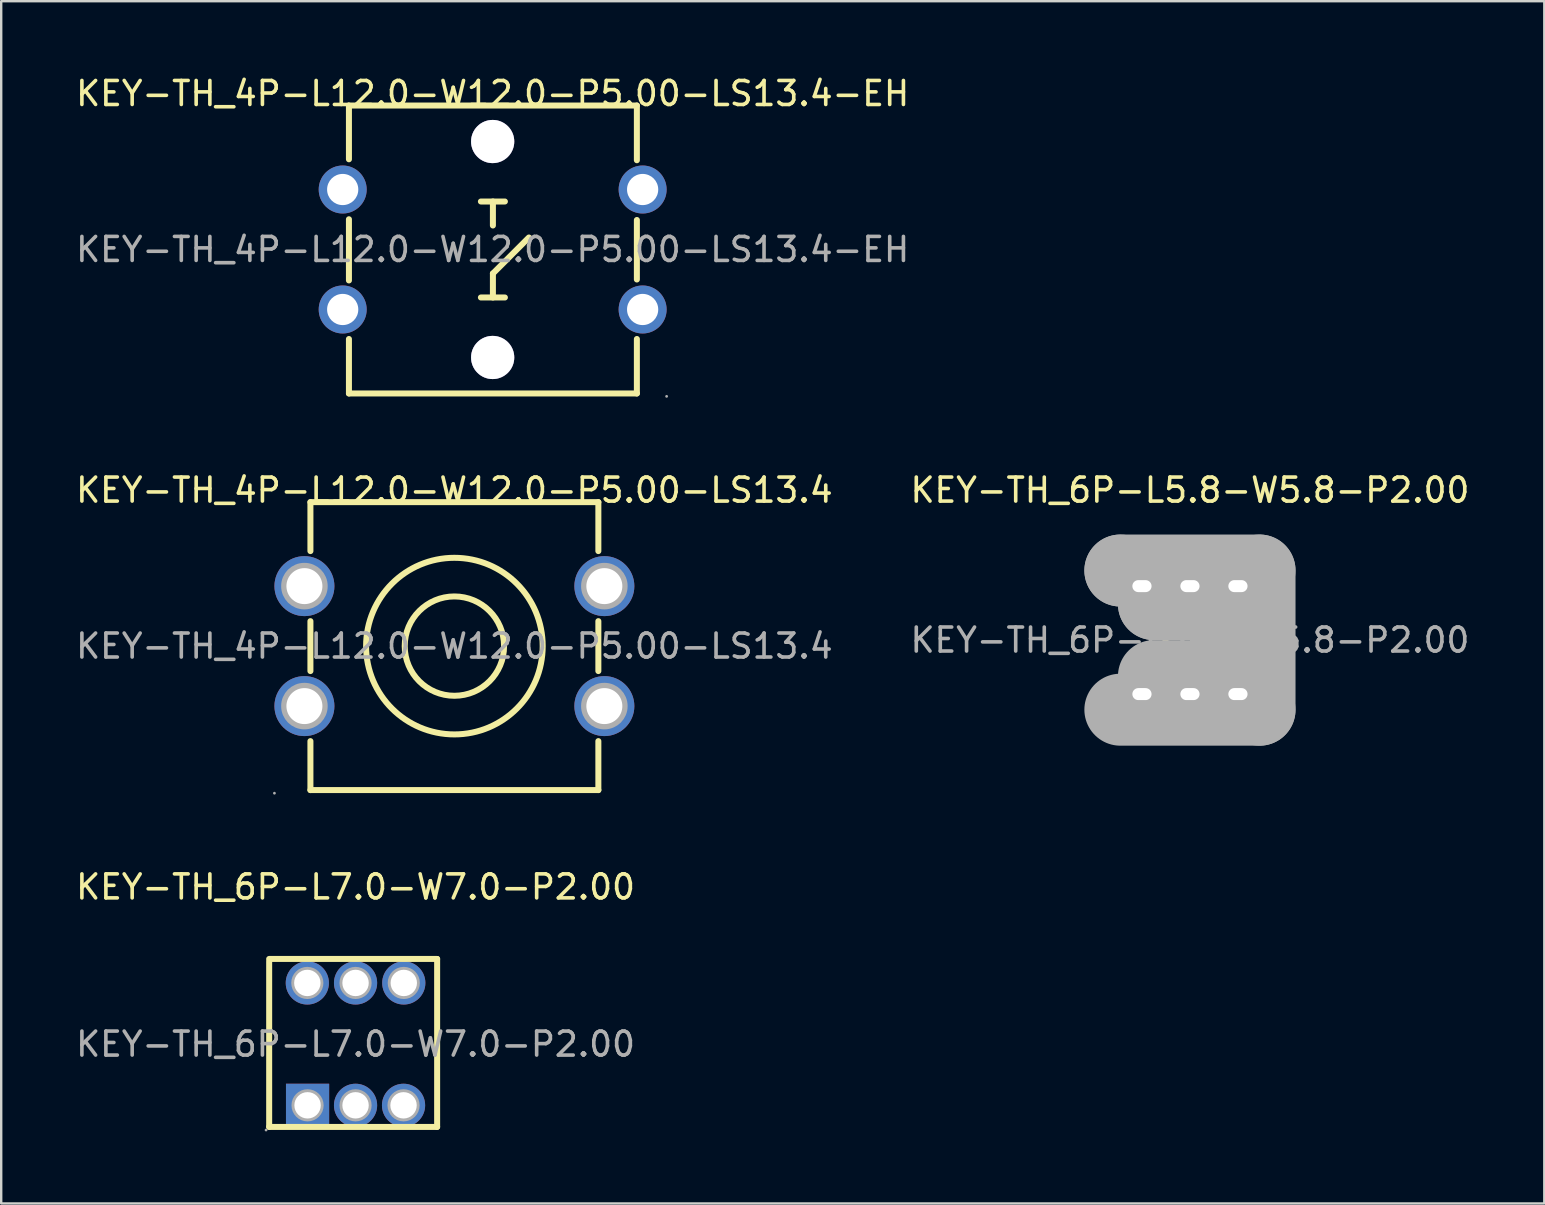
<source format=kicad_pcb>
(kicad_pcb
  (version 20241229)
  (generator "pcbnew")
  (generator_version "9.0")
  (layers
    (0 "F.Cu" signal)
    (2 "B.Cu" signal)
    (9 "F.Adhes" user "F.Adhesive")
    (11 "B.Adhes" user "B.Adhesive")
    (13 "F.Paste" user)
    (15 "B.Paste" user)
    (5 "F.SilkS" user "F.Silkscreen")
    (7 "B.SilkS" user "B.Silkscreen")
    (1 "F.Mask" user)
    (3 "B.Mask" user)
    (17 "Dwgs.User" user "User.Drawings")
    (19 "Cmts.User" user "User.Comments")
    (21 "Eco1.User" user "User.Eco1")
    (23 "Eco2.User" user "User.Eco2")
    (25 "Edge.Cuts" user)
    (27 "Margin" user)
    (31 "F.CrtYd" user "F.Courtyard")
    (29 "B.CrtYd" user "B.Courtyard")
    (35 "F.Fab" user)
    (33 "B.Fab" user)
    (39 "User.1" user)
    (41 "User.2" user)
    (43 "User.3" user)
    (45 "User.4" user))
  (footprint "KEY-TH_4P-L12.0-W12.0-P5.00-LS13.4-EH"
    (layer "F.Cu")
    (at 17.482 7.348)
    (property "Reference" "KEY-TH_4P-L12.0-W12.0-P5.00-LS13.4-EH" (at 0 -6.5 0) (layer "F.SilkS") (effects (font (size 1 1) (thickness 0.15))))
    (attr through_hole)
    (fp_line (start -5.99 -6) (end 6.01 -6) (stroke (width 0.25) (type solid)) (layer "F.SilkS"))
    (fp_line (start -5.99 -3.76) (end -5.99 -6) (stroke (width 0.25) (type solid)) (layer "F.SilkS"))
    (fp_line (start -5.99 -1.26) (end -5.99 1.29) (stroke (width 0.25) (type solid)) (layer "F.SilkS"))
    (fp_line (start -5.99 6) (end -5.99 3.73) (stroke (width 0.25) (type solid)) (layer "F.SilkS"))
    (fp_line (start -0.49 -2) (end 0.51 -2) (stroke (width 0.25) (type solid)) (layer "F.SilkS"))
    (fp_line (start -0.49 2) (end 0.51 2) (stroke (width 0.25) (type solid)) (layer "F.SilkS"))
    (fp_line (start 0.01 -1) (end 0.01 -2) (stroke (width 0.25) (type solid)) (layer "F.SilkS"))
    (fp_line (start 0.01 1) (end 1.51 -0.5) (stroke (width 0.25) (type solid)) (layer "F.SilkS"))
    (fp_line (start 0.01 2) (end 0.01 1) (stroke (width 0.25) (type solid)) (layer "F.SilkS"))
    (fp_line (start 6.01 -6) (end 6.01 -3.72) (stroke (width 0.25) (type solid)) (layer "F.SilkS"))
    (fp_line (start 6.01 -1.23) (end 6.01 1.25) (stroke (width 0.25) (type solid)) (layer "F.SilkS"))
    (fp_line (start 6.01 3.73) (end 6.01 6) (stroke (width 0.25) (type solid)) (layer "F.SilkS"))
    (fp_line (start 6.01 6) (end -5.99 6) (stroke (width 0.25) (type solid)) (layer "F.SilkS"))
    (fp_circle (center -6.25 -2.5) (end -5.97 -2.5) (stroke (width 0.55) (type solid)) (fill no) (layer "F.Fab"))
    (fp_circle (center -6.25 2.5) (end -5.97 2.5) (stroke (width 0.55) (type solid)) (fill no) (layer "F.Fab"))
    (fp_circle (center 0 -4.5) (end 0.4 -4.5) (stroke (width 0.8) (type solid)) (fill no) (layer "F.Fab"))
    (fp_circle (center 0 4.5) (end 0.4 4.5) (stroke (width 0.8) (type solid)) (fill no) (layer "F.Fab"))
    (fp_circle (center 6.25 -2.5) (end 6.53 -2.5) (stroke (width 0.55) (type solid)) (fill no) (layer "F.Fab"))
    (fp_circle (center 6.25 2.5) (end 6.53 2.5) (stroke (width 0.55) (type solid)) (fill no) (layer "F.Fab"))
    (fp_circle (center 7.25 6.12) (end 7.28 6.12) (stroke (width 0.06) (type solid)) (fill no) (layer "F.Fab"))
    (fp_text user "${REFERENCE}" (at 0 0 0) (layer "F.Fab") (effects (font (size 1 1) (thickness 0.15))))
    (pad "" thru_hole circle (at 0 -4.5) (size 1.8 1.8) (drill 1.8) (layers "*.Cu" "*.Mask"))
    (pad "" thru_hole circle (at 0 4.5) (size 1.8 1.8) (drill 1.8) (layers "*.Cu" "*.Mask"))
    (pad "1" thru_hole circle (at 6.25 2.5) (size 2 2) (drill 1.3) (layers "*.Cu" "*.Paste" "*.Mask"))
    (pad "2" thru_hole circle (at -6.25 2.5) (size 2 2) (drill 1.3) (layers "*.Cu" "*.Paste" "*.Mask"))
    (pad "3" thru_hole circle (at 6.25 -2.5) (size 2 2) (drill 1.3) (layers "*.Cu" "*.Paste" "*.Mask"))
    (pad "4" thru_hole circle (at -6.25 -2.5) (size 2 2) (drill 1.3) (layers "*.Cu" "*.Paste" "*.Mask")))
  (footprint "KEY-TH_6P-L5.8-W5.8-P2.00"
    (layer "F.Cu")
    (at 46.542 23.627)
    (property "Reference" "KEY-TH_6P-L5.8-W5.8-P2.00" (at 0 -6.25 0) (layer "F.SilkS") (effects (font (size 1 1) (thickness 0.15))))
    (attr through_hole)
    (fp_line (start -1.02 -1.27) (end 1.01 -1.27) (stroke (width 0.25) (type solid)) (layer "F.SilkS"))
    (fp_line (start -1.02 -0.63) (end -1.02 0.89) (stroke (width 0.25) (type solid)) (layer "F.SilkS"))
    (fp_line (start -1.02 0.89) (end 0.88 0.89) (stroke (width 0.25) (type solid)) (layer "F.SilkS"))
    (fp_line (start -1 -1.5) (end -1.02 -1.27) (stroke (width 0.25) (type solid)) (layer "F.SilkS"))
    (fp_line (start 0.88 -0.63) (end -1.02 -0.63) (stroke (width 0.25) (type solid)) (layer "F.SilkS"))
    (fp_line (start 0.88 0.89) (end 0.88 -0.63) (stroke (width 0.25) (type solid)) (layer "F.SilkS"))
    (fp_line (start 1.01 -1.27) (end 1.01 -1.39) (stroke (width 0.25) (type solid)) (layer "F.SilkS"))
    (fp_line (start -2.9 -2.9) (end -2.9 -2.9) (stroke (width 3) (type solid)) (layer "F.Fab"))
    (fp_line (start -2.9 -2.9) (end 2.9 -2.9) (stroke (width 3) (type solid)) (layer "F.Fab"))
    (fp_line (start -1.5 -1.5) (end -1.5 -1.5) (stroke (width 3) (type solid)) (layer "F.Fab"))
    (fp_line (start -1.5 -1.5) (end 1.5 -1.5) (stroke (width 3) (type solid)) (layer "F.Fab"))
    (fp_line (start 1.5 -1.5) (end 1.5 1.5) (stroke (width 3) (type solid)) (layer "F.Fab"))
    (fp_line (start 1.5 1.5) (end -1.5 1.5) (stroke (width 3) (type solid)) (layer "F.Fab"))
    (fp_line (start 2.9 -2.9) (end 2.9 2.9) (stroke (width 3) (type solid)) (layer "F.Fab"))
    (fp_line (start 2.9 2.9) (end -2.9 2.9) (stroke (width 3) (type solid)) (layer "F.Fab"))
    (fp_circle (center -3.03 -3.03) (end -3 -3.03) (stroke (width 0.06) (type solid)) (fill no) (layer "F.Fab"))
    (fp_text user "${REFERENCE}" (at 0 0 0) (layer "F.Fab") (effects (font (size 1 1) (thickness 0.15))))
    (pad "1" thru_hole oval (at -2 -2.25) (size 1.5 1) (drill oval 0.8 0.5) (layers "*.Cu" "*.Paste" "*.Mask"))
    (pad "2" thru_hole oval (at 0 -2.25) (size 1.5 1) (drill oval 0.8 0.5) (layers "*.Cu" "*.Paste" "*.Mask"))
    (pad "3" thru_hole oval (at 2 -2.25) (size 1.5 1) (drill oval 0.8 0.5) (layers "*.Cu" "*.Paste" "*.Mask"))
    (pad "4" thru_hole oval (at -2 2.25) (size 1.5 1) (drill oval 0.8 0.5) (layers "*.Cu" "*.Paste" "*.Mask"))
    (pad "5" thru_hole oval (at 0 2.25) (size 1.5 1) (drill oval 0.8 0.5) (layers "*.Cu" "*.Paste" "*.Mask"))
    (pad "6" thru_hole oval (at 2 2.25) (size 1.5 1) (drill oval 0.8 0.5) (layers "*.Cu" "*.Paste" "*.Mask")))
  (footprint "KEY-TH_6P-L7.0-W7.0-P2.00"
    (layer "F.Cu")
    (at 11.768 40.465)
    (property "Reference" "KEY-TH_6P-L7.0-W7.0-P2.00" (at 0 -6.55 0) (layer "F.SilkS") (effects (font (size 1 1) (thickness 0.15))))
    (attr through_hole)
    (fp_line (start -3.6 -3.55) (end 3.4 -3.55) (stroke (width 0.25) (type solid)) (layer "F.SilkS"))
    (fp_line (start -3.6 3.45) (end -3.6 -3.45) (stroke (width 0.25) (type solid)) (layer "F.SilkS"))
    (fp_line (start 3.4 -3.55) (end 3.4 3.45) (stroke (width 0.25) (type solid)) (layer "F.SilkS"))
    (fp_line (start 3.4 3.45) (end -3.6 3.45) (stroke (width 0.25) (type solid)) (layer "F.SilkS"))
    (fp_circle (center -3.73 3.58) (end -3.7 3.58) (stroke (width 0.06) (type solid)) (fill no) (layer "F.Fab"))
    (fp_circle (center -2.01 -2.55) (end -1.79 -2.55) (stroke (width 0.45) (type solid)) (fill no) (layer "F.Fab"))
    (fp_circle (center -2 2.55) (end -1.78 2.55) (stroke (width 0.45) (type solid)) (fill no) (layer "F.Fab"))
    (fp_circle (center 0 -2.55) (end 0.22 -2.55) (stroke (width 0.45) (type solid)) (fill no) (layer "F.Fab"))
    (fp_circle (center 0 2.55) (end 0.22 2.55) (stroke (width 0.45) (type solid)) (fill no) (layer "F.Fab"))
    (fp_circle (center 2 2.55) (end 2.22 2.55) (stroke (width 0.45) (type solid)) (fill no) (layer "F.Fab"))
    (fp_circle (center 2.01 -2.55) (end 2.23 -2.55) (stroke (width 0.45) (type solid)) (fill no) (layer "F.Fab"))
    (fp_text user "${REFERENCE}" (at 0 0 0) (layer "F.Fab") (effects (font (size 1 1) (thickness 0.15))))
    (pad "1" thru_hole rect (at -2 2.55) (size 1.8 1.8) (drill 1.1) (layers "*.Cu" "*.Paste" "*.Mask"))
    (pad "2" thru_hole circle (at 0 2.55) (size 1.8 1.8) (drill 1.1) (layers "*.Cu" "*.Paste" "*.Mask"))
    (pad "3" thru_hole circle (at 2 2.55) (size 1.8 1.8) (drill 1.1) (layers "*.Cu" "*.Paste" "*.Mask"))
    (pad "4" thru_hole circle (at -2.01 -2.55) (size 1.8 1.8) (drill 1.1) (layers "*.Cu" "*.Paste" "*.Mask"))
    (pad "5" thru_hole circle (at 0 -2.55) (size 1.8 1.8) (drill 1.1) (layers "*.Cu" "*.Paste" "*.Mask"))
    (pad "6" thru_hole circle (at 2.01 -2.55) (size 1.8 1.8) (drill 1.1) (layers "*.Cu" "*.Paste" "*.Mask")))
  (footprint "KEY-TH_4P-L12.0-W12.0-P5.00-LS13.4"
    (layer "F.Cu")
    (at 15.887 23.877)
    (property "Reference" "KEY-TH_4P-L12.0-W12.0-P5.00-LS13.4" (at 0 -6.5 0) (layer "F.SilkS") (effects (font (size 1 1) (thickness 0.15))))
    (attr through_hole)
    (fp_line (start -6 -6) (end -6 -3.96) (stroke (width 0.25) (type solid)) (layer "F.SilkS"))
    (fp_line (start -6 -1.04) (end -6 1.04) (stroke (width 0.25) (type solid)) (layer "F.SilkS"))
    (fp_line (start -6 3.96) (end -6 6) (stroke (width 0.25) (type solid)) (layer "F.SilkS"))
    (fp_line (start -6 6) (end 6 6) (stroke (width 0.25) (type solid)) (layer "F.SilkS"))
    (fp_line (start 6 -6) (end -6 -6) (stroke (width 0.25) (type solid)) (layer "F.SilkS"))
    (fp_line (start 6 -3.96) (end 6 -6) (stroke (width 0.25) (type solid)) (layer "F.SilkS"))
    (fp_line (start 6 1.04) (end 6 -1.04) (stroke (width 0.25) (type solid)) (layer "F.SilkS"))
    (fp_line (start 6 6) (end 6 3.96) (stroke (width 0.25) (type solid)) (layer "F.SilkS"))
    (fp_circle (center 0 0) (end 2.07 0) (stroke (width 0.25) (type solid)) (fill no) (layer "F.SilkS"))
    (fp_circle (center 0 0) (end 3.68 0) (stroke (width 0.25) (type solid)) (fill no) (layer "F.SilkS"))
    (fp_circle (center -7.5 6.13) (end -7.47 6.13) (stroke (width 0.06) (type solid)) (fill no) (layer "F.Fab"))
    (fp_circle (center -6.25 -2.5) (end -5.93 -2.5) (stroke (width 0.65) (type solid)) (fill no) (layer "F.Fab"))
    (fp_circle (center -6.25 2.5) (end -5.93 2.5) (stroke (width 0.65) (type solid)) (fill no) (layer "F.Fab"))
    (fp_circle (center 6.25 -2.5) (end 6.57 -2.5) (stroke (width 0.65) (type solid)) (fill no) (layer "F.Fab"))
    (fp_circle (center 6.25 2.5) (end 6.57 2.5) (stroke (width 0.65) (type solid)) (fill no) (layer "F.Fab"))
    (fp_text user "${REFERENCE}" (at 0 0 0) (layer "F.Fab") (effects (font (size 1 1) (thickness 0.15))))
    (pad "1" thru_hole circle (at -6.25 2.5 180) (size 2.5 2.5) (drill 1.5) (layers "*.Cu" "*.Paste" "*.Mask"))
    (pad "2" thru_hole circle (at 6.25 2.5 180) (size 2.5 2.5) (drill 1.5) (layers "*.Cu" "*.Paste" "*.Mask"))
    (pad "3" thru_hole circle (at 6.25 -2.5 180) (size 2.5 2.5) (drill 1.5) (layers "*.Cu" "*.Paste" "*.Mask"))
    (pad "4" thru_hole circle (at -6.25 -2.5 180) (size 2.5 2.5) (drill 1.5) (layers "*.Cu" "*.Paste" "*.Mask")))
  (gr_rect
    (start -3 -3)
    (end 61.31 47.105)
    (stroke (width 0.1) (type default))
    (fill no)
    (layer "Edge.Cuts")))
</source>
